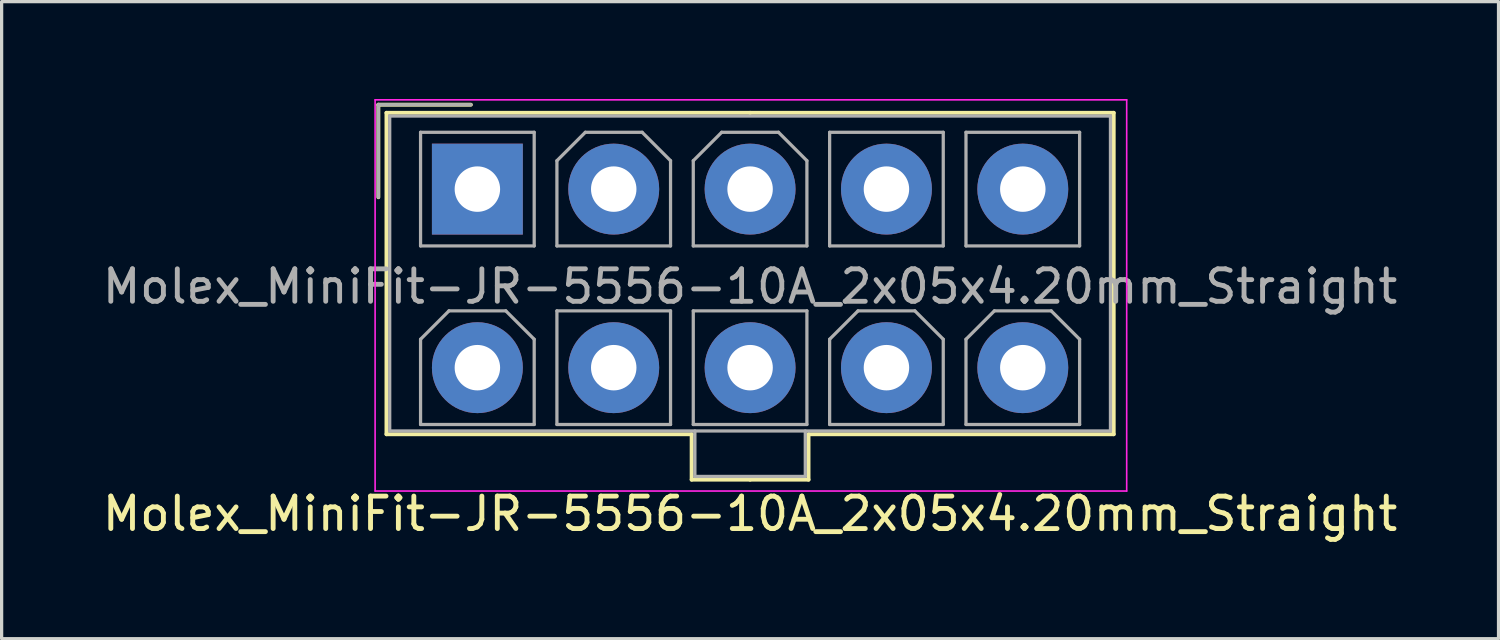
<source format=kicad_pcb>
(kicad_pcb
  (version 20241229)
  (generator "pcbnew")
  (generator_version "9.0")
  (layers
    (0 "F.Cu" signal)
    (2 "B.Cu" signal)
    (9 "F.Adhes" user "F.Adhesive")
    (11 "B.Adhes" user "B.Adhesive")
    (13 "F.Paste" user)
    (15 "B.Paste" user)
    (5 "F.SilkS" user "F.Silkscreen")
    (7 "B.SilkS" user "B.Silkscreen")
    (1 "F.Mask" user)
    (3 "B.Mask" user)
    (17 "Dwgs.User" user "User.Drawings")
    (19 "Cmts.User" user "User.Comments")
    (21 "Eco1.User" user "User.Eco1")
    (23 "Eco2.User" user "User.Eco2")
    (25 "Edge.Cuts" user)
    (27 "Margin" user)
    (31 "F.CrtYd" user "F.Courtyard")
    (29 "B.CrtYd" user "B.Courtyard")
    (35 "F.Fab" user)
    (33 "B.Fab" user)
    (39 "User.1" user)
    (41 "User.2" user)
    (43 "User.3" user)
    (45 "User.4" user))
  (footprint "Molex_MiniFit-JR-5556-10A_2x05x4.20mm_Straight"
    (layer "F.Cu")
    (at 11.654 2.775)
    (property "Reference" "Molex_MiniFit-JR-5556-10A_2x05x4.20mm_Straight" (at 8.4 10 0) (layer "F.SilkS") (effects (font (size 1 1) (thickness 0.15))))
    (attr through_hole)
    (fp_line (start -3.05 -2.6) (end -3.05 0.25) (stroke (width 0.12) (type solid)) (layer "F.SilkS"))
    (fp_line (start -2.8 -2.35) (end -2.8 7.55) (stroke (width 0.12) (type solid)) (layer "F.SilkS"))
    (fp_line (start -2.8 7.55) (end 6.6 7.55) (stroke (width 0.12) (type solid)) (layer "F.SilkS"))
    (fp_line (start -0.2 -2.6) (end -3.05 -2.6) (stroke (width 0.12) (type solid)) (layer "F.SilkS"))
    (fp_line (start 6.6 7.55) (end 6.6 8.95) (stroke (width 0.12) (type solid)) (layer "F.SilkS"))
    (fp_line (start 6.6 8.95) (end 8.4 8.95) (stroke (width 0.12) (type solid)) (layer "F.SilkS"))
    (fp_line (start 8.4 -2.35) (end -2.8 -2.35) (stroke (width 0.12) (type solid)) (layer "F.SilkS"))
    (fp_line (start 8.4 -2.35) (end 19.6 -2.35) (stroke (width 0.12) (type solid)) (layer "F.SilkS"))
    (fp_line (start 10.2 7.55) (end 10.2 8.95) (stroke (width 0.12) (type solid)) (layer "F.SilkS"))
    (fp_line (start 10.2 8.95) (end 8.4 8.95) (stroke (width 0.12) (type solid)) (layer "F.SilkS"))
    (fp_line (start 19.6 -2.35) (end 19.6 7.55) (stroke (width 0.12) (type solid)) (layer "F.SilkS"))
    (fp_line (start 19.6 7.55) (end 10.2 7.55) (stroke (width 0.12) (type solid)) (layer "F.SilkS"))
    (fp_line (start -3.15 -2.75) (end -3.15 9.3) (stroke (width 0.05) (type solid)) (layer "F.CrtYd"))
    (fp_line (start -3.15 9.3) (end 20 9.3) (stroke (width 0.05) (type solid)) (layer "F.CrtYd"))
    (fp_line (start 20 -2.75) (end -3.15 -2.75) (stroke (width 0.05) (type solid)) (layer "F.CrtYd"))
    (fp_line (start 20 9.3) (end 20 -2.75) (stroke (width 0.05) (type solid)) (layer "F.CrtYd"))
    (fp_line (start -3.05 -2.6) (end -3.05 0.25) (stroke (width 0.1) (type solid)) (layer "F.Fab"))
    (fp_line (start -2.7 -2.25) (end -2.7 7.45) (stroke (width 0.1) (type solid)) (layer "F.Fab"))
    (fp_line (start -2.7 7.45) (end 19.5 7.45) (stroke (width 0.1) (type solid)) (layer "F.Fab"))
    (fp_line (start -1.75 -1.75) (end -1.75 1.75) (stroke (width 0.1) (type solid)) (layer "F.Fab"))
    (fp_line (start -1.75 1.75) (end 1.75 1.75) (stroke (width 0.1) (type solid)) (layer "F.Fab"))
    (fp_line (start -1.75 4.625) (end -0.875 3.75) (stroke (width 0.1) (type solid)) (layer "F.Fab"))
    (fp_line (start -1.75 7.25) (end -1.75 4.625) (stroke (width 0.1) (type solid)) (layer "F.Fab"))
    (fp_line (start -0.875 3.75) (end 0.875 3.75) (stroke (width 0.1) (type solid)) (layer "F.Fab"))
    (fp_line (start -0.2 -2.6) (end -3.05 -2.6) (stroke (width 0.1) (type solid)) (layer "F.Fab"))
    (fp_line (start 0.875 3.75) (end 1.75 4.625) (stroke (width 0.1) (type solid)) (layer "F.Fab"))
    (fp_line (start 1.75 -1.75) (end -1.75 -1.75) (stroke (width 0.1) (type solid)) (layer "F.Fab"))
    (fp_line (start 1.75 1.75) (end 1.75 -1.75) (stroke (width 0.1) (type solid)) (layer "F.Fab"))
    (fp_line (start 1.75 4.625) (end 1.75 7.25) (stroke (width 0.1) (type solid)) (layer "F.Fab"))
    (fp_line (start 1.75 7.25) (end -1.75 7.25) (stroke (width 0.1) (type solid)) (layer "F.Fab"))
    (fp_line (start 2.45 -0.875) (end 3.325 -1.75) (stroke (width 0.1) (type solid)) (layer "F.Fab"))
    (fp_line (start 2.45 1.75) (end 2.45 -0.875) (stroke (width 0.1) (type solid)) (layer "F.Fab"))
    (fp_line (start 2.45 3.75) (end 2.45 7.25) (stroke (width 0.1) (type solid)) (layer "F.Fab"))
    (fp_line (start 2.45 7.25) (end 5.95 7.25) (stroke (width 0.1) (type solid)) (layer "F.Fab"))
    (fp_line (start 3.325 -1.75) (end 5.075 -1.75) (stroke (width 0.1) (type solid)) (layer "F.Fab"))
    (fp_line (start 5.075 -1.75) (end 5.95 -0.875) (stroke (width 0.1) (type solid)) (layer "F.Fab"))
    (fp_line (start 5.95 -0.875) (end 5.95 1.75) (stroke (width 0.1) (type solid)) (layer "F.Fab"))
    (fp_line (start 5.95 1.75) (end 2.45 1.75) (stroke (width 0.1) (type solid)) (layer "F.Fab"))
    (fp_line (start 5.95 3.75) (end 2.45 3.75) (stroke (width 0.1) (type solid)) (layer "F.Fab"))
    (fp_line (start 5.95 7.25) (end 5.95 3.75) (stroke (width 0.1) (type solid)) (layer "F.Fab"))
    (fp_line (start 6.65 -0.875) (end 7.525 -1.75) (stroke (width 0.1) (type solid)) (layer "F.Fab"))
    (fp_line (start 6.65 1.75) (end 6.65 -0.875) (stroke (width 0.1) (type solid)) (layer "F.Fab"))
    (fp_line (start 6.65 3.75) (end 6.65 7.25) (stroke (width 0.1) (type solid)) (layer "F.Fab"))
    (fp_line (start 6.65 7.25) (end 10.15 7.25) (stroke (width 0.1) (type solid)) (layer "F.Fab"))
    (fp_line (start 6.7 7.45) (end 6.7 8.85) (stroke (width 0.1) (type solid)) (layer "F.Fab"))
    (fp_line (start 6.7 8.85) (end 10.1 8.85) (stroke (width 0.1) (type solid)) (layer "F.Fab"))
    (fp_line (start 7.525 -1.75) (end 9.275 -1.75) (stroke (width 0.1) (type solid)) (layer "F.Fab"))
    (fp_line (start 9.275 -1.75) (end 10.15 -0.875) (stroke (width 0.1) (type solid)) (layer "F.Fab"))
    (fp_line (start 10.1 8.85) (end 10.1 7.45) (stroke (width 0.1) (type solid)) (layer "F.Fab"))
    (fp_line (start 10.15 -0.875) (end 10.15 1.75) (stroke (width 0.1) (type solid)) (layer "F.Fab"))
    (fp_line (start 10.15 1.75) (end 6.65 1.75) (stroke (width 0.1) (type solid)) (layer "F.Fab"))
    (fp_line (start 10.15 3.75) (end 6.65 3.75) (stroke (width 0.1) (type solid)) (layer "F.Fab"))
    (fp_line (start 10.15 7.25) (end 10.15 3.75) (stroke (width 0.1) (type solid)) (layer "F.Fab"))
    (fp_line (start 10.85 -1.75) (end 10.85 1.75) (stroke (width 0.1) (type solid)) (layer "F.Fab"))
    (fp_line (start 10.85 1.75) (end 14.35 1.75) (stroke (width 0.1) (type solid)) (layer "F.Fab"))
    (fp_line (start 10.85 4.625) (end 11.725 3.75) (stroke (width 0.1) (type solid)) (layer "F.Fab"))
    (fp_line (start 10.85 7.25) (end 10.85 4.625) (stroke (width 0.1) (type solid)) (layer "F.Fab"))
    (fp_line (start 11.725 3.75) (end 13.475 3.75) (stroke (width 0.1) (type solid)) (layer "F.Fab"))
    (fp_line (start 13.475 3.75) (end 14.35 4.625) (stroke (width 0.1) (type solid)) (layer "F.Fab"))
    (fp_line (start 14.35 -1.75) (end 10.85 -1.75) (stroke (width 0.1) (type solid)) (layer "F.Fab"))
    (fp_line (start 14.35 1.75) (end 14.35 -1.75) (stroke (width 0.1) (type solid)) (layer "F.Fab"))
    (fp_line (start 14.35 4.625) (end 14.35 7.25) (stroke (width 0.1) (type solid)) (layer "F.Fab"))
    (fp_line (start 14.35 7.25) (end 10.85 7.25) (stroke (width 0.1) (type solid)) (layer "F.Fab"))
    (fp_line (start 15.05 -1.75) (end 15.05 1.75) (stroke (width 0.1) (type solid)) (layer "F.Fab"))
    (fp_line (start 15.05 1.75) (end 18.55 1.75) (stroke (width 0.1) (type solid)) (layer "F.Fab"))
    (fp_line (start 15.05 4.625) (end 15.925 3.75) (stroke (width 0.1) (type solid)) (layer "F.Fab"))
    (fp_line (start 15.05 7.25) (end 15.05 4.625) (stroke (width 0.1) (type solid)) (layer "F.Fab"))
    (fp_line (start 15.925 3.75) (end 17.675 3.75) (stroke (width 0.1) (type solid)) (layer "F.Fab"))
    (fp_line (start 17.675 3.75) (end 18.55 4.625) (stroke (width 0.1) (type solid)) (layer "F.Fab"))
    (fp_line (start 18.55 -1.75) (end 15.05 -1.75) (stroke (width 0.1) (type solid)) (layer "F.Fab"))
    (fp_line (start 18.55 1.75) (end 18.55 -1.75) (stroke (width 0.1) (type solid)) (layer "F.Fab"))
    (fp_line (start 18.55 4.625) (end 18.55 7.25) (stroke (width 0.1) (type solid)) (layer "F.Fab"))
    (fp_line (start 18.55 7.25) (end 15.05 7.25) (stroke (width 0.1) (type solid)) (layer "F.Fab"))
    (fp_line (start 19.5 -2.25) (end -2.7 -2.25) (stroke (width 0.1) (type solid)) (layer "F.Fab"))
    (fp_line (start 19.5 7.45) (end 19.5 -2.25) (stroke (width 0.1) (type solid)) (layer "F.Fab"))
    (fp_text user "${REFERENCE}" (at 8.4 3 0) (layer "F.Fab") (effects (font (size 1 1) (thickness 0.15))))
    (pad "1" thru_hole rect (at 0 0) (size 2.8 2.8) (drill 1.4) (layers "*.Cu" "*.Mask"))
    (pad "2" thru_hole circle (at 4.2 0) (size 2.8 2.8) (drill 1.4) (layers "*.Cu" "*.Mask"))
    (pad "3" thru_hole circle (at 8.4 0) (size 2.8 2.8) (drill 1.4) (layers "*.Cu" "*.Mask"))
    (pad "4" thru_hole circle (at 12.6 0) (size 2.8 2.8) (drill 1.4) (layers "*.Cu" "*.Mask"))
    (pad "5" thru_hole circle (at 16.8 0) (size 2.8 2.8) (drill 1.4) (layers "*.Cu" "*.Mask"))
    (pad "6" thru_hole circle (at 0 5.5) (size 2.8 2.8) (drill 1.4) (layers "*.Cu" "*.Mask"))
    (pad "7" thru_hole circle (at 4.2 5.5) (size 2.8 2.8) (drill 1.4) (layers "*.Cu" "*.Mask"))
    (pad "8" thru_hole circle (at 8.4 5.5) (size 2.8 2.8) (drill 1.4) (layers "*.Cu" "*.Mask"))
    (pad "9" thru_hole circle (at 12.6 5.5) (size 2.8 2.8) (drill 1.4) (layers "*.Cu" "*.Mask"))
    (pad "10" thru_hole circle (at 16.8 5.5) (size 2.8 2.8) (drill 1.4) (layers "*.Cu" "*.Mask")))
  (gr_rect
    (start -3 -3)
    (end 43.107 16.623)
    (stroke (width 0.1) (type default))
    (fill no)
    (layer "Edge.Cuts")))
</source>
